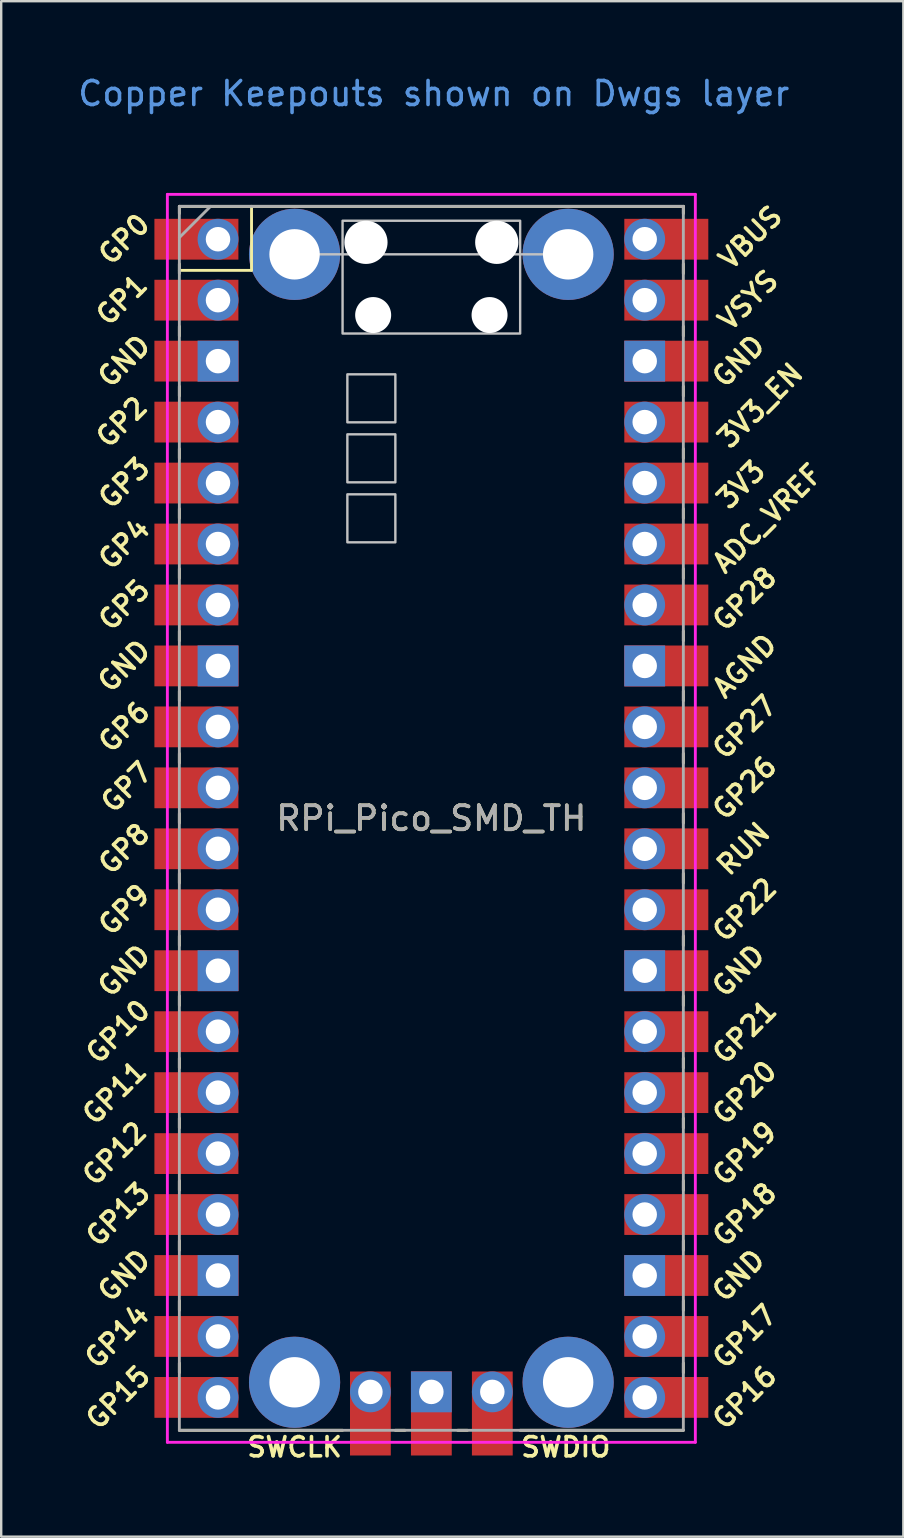
<source format=kicad_pcb>
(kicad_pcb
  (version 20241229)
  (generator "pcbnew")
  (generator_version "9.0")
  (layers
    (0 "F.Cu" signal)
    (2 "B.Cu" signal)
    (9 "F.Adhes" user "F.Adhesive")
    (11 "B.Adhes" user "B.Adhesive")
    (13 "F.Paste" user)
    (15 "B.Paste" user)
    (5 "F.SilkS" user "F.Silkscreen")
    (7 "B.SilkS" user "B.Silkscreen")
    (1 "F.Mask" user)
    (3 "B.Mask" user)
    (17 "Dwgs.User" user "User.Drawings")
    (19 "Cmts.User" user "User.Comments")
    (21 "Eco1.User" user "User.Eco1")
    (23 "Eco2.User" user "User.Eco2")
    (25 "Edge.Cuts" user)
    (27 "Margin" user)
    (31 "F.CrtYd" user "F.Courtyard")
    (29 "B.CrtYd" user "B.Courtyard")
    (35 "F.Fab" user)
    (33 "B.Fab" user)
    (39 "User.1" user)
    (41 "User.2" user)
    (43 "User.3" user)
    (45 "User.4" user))
  (footprint "RPi_Pico_SMD_TH"
    (layer "F.Cu")
    (at 14.924 31.048)
    (property "Reference" "RPi_Pico_SMD_TH" (at 0 0 0) (layer "F.SilkS") (effects (font (size 1 1) (thickness 0.15))))
    (attr through_hole)
    (fp_line (start -10.5 -25.5) (end -10.5 -25.2) (stroke (width 0.12) (type solid)) (layer "F.SilkS"))
    (fp_line (start -10.5 -25.5) (end 10.5 -25.5) (stroke (width 0.12) (type solid)) (layer "F.SilkS"))
    (fp_line (start -10.5 -23.1) (end -10.5 -22.7) (stroke (width 0.12) (type solid)) (layer "F.SilkS"))
    (fp_line (start -10.5 -22.833) (end -7.493 -22.833) (stroke (width 0.12) (type solid)) (layer "F.SilkS"))
    (fp_line (start -10.5 -20.5) (end -10.5 -20.1) (stroke (width 0.12) (type solid)) (layer "F.SilkS"))
    (fp_line (start -10.5 -18) (end -10.5 -17.6) (stroke (width 0.12) (type solid)) (layer "F.SilkS"))
    (fp_line (start -10.5 -15.4) (end -10.5 -15) (stroke (width 0.12) (type solid)) (layer "F.SilkS"))
    (fp_line (start -10.5 -12.9) (end -10.5 -12.5) (stroke (width 0.12) (type solid)) (layer "F.SilkS"))
    (fp_line (start -10.5 -10.4) (end -10.5 -10) (stroke (width 0.12) (type solid)) (layer "F.SilkS"))
    (fp_line (start -10.5 -7.8) (end -10.5 -7.4) (stroke (width 0.12) (type solid)) (layer "F.SilkS"))
    (fp_line (start -10.5 -5.3) (end -10.5 -4.9) (stroke (width 0.12) (type solid)) (layer "F.SilkS"))
    (fp_line (start -10.5 -2.7) (end -10.5 -2.3) (stroke (width 0.12) (type solid)) (layer "F.SilkS"))
    (fp_line (start -10.5 -0.2) (end -10.5 0.2) (stroke (width 0.12) (type solid)) (layer "F.SilkS"))
    (fp_line (start -10.5 2.3) (end -10.5 2.7) (stroke (width 0.12) (type solid)) (layer "F.SilkS"))
    (fp_line (start -10.5 4.9) (end -10.5 5.3) (stroke (width 0.12) (type solid)) (layer "F.SilkS"))
    (fp_line (start -10.5 7.4) (end -10.5 7.8) (stroke (width 0.12) (type solid)) (layer "F.SilkS"))
    (fp_line (start -10.5 10) (end -10.5 10.4) (stroke (width 0.12) (type solid)) (layer "F.SilkS"))
    (fp_line (start -10.5 12.5) (end -10.5 12.9) (stroke (width 0.12) (type solid)) (layer "F.SilkS"))
    (fp_line (start -10.5 15.1) (end -10.5 15.5) (stroke (width 0.12) (type solid)) (layer "F.SilkS"))
    (fp_line (start -10.5 17.6) (end -10.5 18) (stroke (width 0.12) (type solid)) (layer "F.SilkS"))
    (fp_line (start -10.5 20.1) (end -10.5 20.5) (stroke (width 0.12) (type solid)) (layer "F.SilkS"))
    (fp_line (start -10.5 22.7) (end -10.5 23.1) (stroke (width 0.12) (type solid)) (layer "F.SilkS"))
    (fp_line (start -7.493 -22.833) (end -7.493 -25.5) (stroke (width 0.12) (type solid)) (layer "F.SilkS"))
    (fp_line (start -3.7 25.5) (end -10.5 25.5) (stroke (width 0.12) (type solid)) (layer "F.SilkS"))
    (fp_line (start -1.5 25.5) (end -1.1 25.5) (stroke (width 0.12) (type solid)) (layer "F.SilkS"))
    (fp_line (start 1.1 25.5) (end 1.5 25.5) (stroke (width 0.12) (type solid)) (layer "F.SilkS"))
    (fp_line (start 10.5 -25.5) (end 10.5 -25.2) (stroke (width 0.12) (type solid)) (layer "F.SilkS"))
    (fp_line (start 10.5 -23.1) (end 10.5 -22.7) (stroke (width 0.12) (type solid)) (layer "F.SilkS"))
    (fp_line (start 10.5 -20.5) (end 10.5 -20.1) (stroke (width 0.12) (type solid)) (layer "F.SilkS"))
    (fp_line (start 10.5 -18) (end 10.5 -17.6) (stroke (width 0.12) (type solid)) (layer "F.SilkS"))
    (fp_line (start 10.5 -15.4) (end 10.5 -15) (stroke (width 0.12) (type solid)) (layer "F.SilkS"))
    (fp_line (start 10.5 -12.9) (end 10.5 -12.5) (stroke (width 0.12) (type solid)) (layer "F.SilkS"))
    (fp_line (start 10.5 -10.4) (end 10.5 -10) (stroke (width 0.12) (type solid)) (layer "F.SilkS"))
    (fp_line (start 10.5 -7.8) (end 10.5 -7.4) (stroke (width 0.12) (type solid)) (layer "F.SilkS"))
    (fp_line (start 10.5 -5.3) (end 10.5 -4.9) (stroke (width 0.12) (type solid)) (layer "F.SilkS"))
    (fp_line (start 10.5 -2.7) (end 10.5 -2.3) (stroke (width 0.12) (type solid)) (layer "F.SilkS"))
    (fp_line (start 10.5 -0.2) (end 10.5 0.2) (stroke (width 0.12) (type solid)) (layer "F.SilkS"))
    (fp_line (start 10.5 2.3) (end 10.5 2.7) (stroke (width 0.12) (type solid)) (layer "F.SilkS"))
    (fp_line (start 10.5 4.9) (end 10.5 5.3) (stroke (width 0.12) (type solid)) (layer "F.SilkS"))
    (fp_line (start 10.5 7.4) (end 10.5 7.8) (stroke (width 0.12) (type solid)) (layer "F.SilkS"))
    (fp_line (start 10.5 10) (end 10.5 10.4) (stroke (width 0.12) (type solid)) (layer "F.SilkS"))
    (fp_line (start 10.5 12.5) (end 10.5 12.9) (stroke (width 0.12) (type solid)) (layer "F.SilkS"))
    (fp_line (start 10.5 15.1) (end 10.5 15.5) (stroke (width 0.12) (type solid)) (layer "F.SilkS"))
    (fp_line (start 10.5 17.6) (end 10.5 18) (stroke (width 0.12) (type solid)) (layer "F.SilkS"))
    (fp_line (start 10.5 20.1) (end 10.5 20.5) (stroke (width 0.12) (type solid)) (layer "F.SilkS"))
    (fp_line (start 10.5 22.7) (end 10.5 23.1) (stroke (width 0.12) (type solid)) (layer "F.SilkS"))
    (fp_line (start 10.5 25.5) (end 3.7 25.5) (stroke (width 0.12) (type solid)) (layer "F.SilkS"))
    (fp_line (start 5.7 -23.5) (end -5.7 -23.5) (stroke (width 0.1) (type default)) (layer "Dwgs.User"))
    (fp_poly (pts (xy -1.5 -16.5) (xy -3.5 -16.5) (xy -3.5 -18.5) (xy -1.5 -18.5)) (stroke (width 0.1) (type solid)) (fill no) (layer "Dwgs.User"))
    (fp_poly (pts (xy -1.5 -14) (xy -3.5 -14) (xy -3.5 -16) (xy -1.5 -16)) (stroke (width 0.1) (type solid)) (fill no) (layer "Dwgs.User"))
    (fp_poly (pts (xy -1.5 -11.5) (xy -3.5 -11.5) (xy -3.5 -13.5) (xy -1.5 -13.5)) (stroke (width 0.1) (type solid)) (fill no) (layer "Dwgs.User"))
    (fp_poly (pts (xy 3.7 -20.2) (xy -3.7 -20.2) (xy -3.7 -24.9) (xy 3.7 -24.9)) (stroke (width 0.1) (type solid)) (fill no) (layer "Dwgs.User"))
    (fp_line (start -11 -26) (end 11 -26) (stroke (width 0.12) (type solid)) (layer "F.CrtYd"))
    (fp_line (start -11 26) (end -11 -26) (stroke (width 0.12) (type solid)) (layer "F.CrtYd"))
    (fp_line (start 11 -26) (end 11 26) (stroke (width 0.12) (type solid)) (layer "F.CrtYd"))
    (fp_line (start 11 26) (end -11 26) (stroke (width 0.12) (type solid)) (layer "F.CrtYd"))
    (fp_line (start -10.5 -25.5) (end 10.5 -25.5) (stroke (width 0.12) (type solid)) (layer "F.Fab"))
    (fp_line (start -10.5 -24.2) (end -9.2 -25.5) (stroke (width 0.12) (type solid)) (layer "F.Fab"))
    (fp_line (start -10.5 25.5) (end -10.5 -25.5) (stroke (width 0.12) (type solid)) (layer "F.Fab"))
    (fp_line (start 10.5 -25.5) (end 10.5 25.5) (stroke (width 0.12) (type solid)) (layer "F.Fab"))
    (fp_line (start 10.5 25.5) (end -10.5 25.5) (stroke (width 0.12) (type solid)) (layer "F.Fab"))
    (fp_text user "ADC_VREF" (at 14 -12.5 45) (layer "F.SilkS") (effects (font (size 0.8 0.8) (thickness 0.15))))
    (fp_text user "GP8" (at -12.8 1.27 45) (layer "F.SilkS") (effects (font (size 0.8 0.8) (thickness 0.15))))
    (fp_text user "VBUS" (at 13.3 -24.2 45) (layer "F.SilkS") (effects (font (size 0.8 0.8) (thickness 0.15))))
    (fp_text user "GP4" (at -12.8 -11.43 45) (layer "F.SilkS") (effects (font (size 0.8 0.8) (thickness 0.15))))
    (fp_text user "GP1" (at -12.9 -21.6 45) (layer "F.SilkS") (effects (font (size 0.8 0.8) (thickness 0.15))))
    (fp_text user "GND" (at -12.8 19.05 45) (layer "F.SilkS") (effects (font (size 0.8 0.8) (thickness 0.15))))
    (fp_text user "GP27" (at 13.054 -3.8 45) (layer "F.SilkS") (effects (font (size 0.8 0.8) (thickness 0.15))))
    (fp_text user "VSYS" (at 13.2 -21.59 45) (layer "F.SilkS") (effects (font (size 0.8 0.8) (thickness 0.15))))
    (fp_text user "GND" (at -12.8 6.35 45) (layer "F.SilkS") (effects (font (size 0.8 0.8) (thickness 0.15))))
    (fp_text user "GP15" (at -13.054 24.13 45) (layer "F.SilkS") (effects (font (size 0.8 0.8) (thickness 0.15))))
    (fp_text user "SWDIO" (at 5.6 26.2 0) (layer "F.SilkS") (effects (font (size 0.8 0.8) (thickness 0.15))))
    (fp_text user "GP6" (at -12.8 -3.81 45) (layer "F.SilkS") (effects (font (size 0.8 0.8) (thickness 0.15))))
    (fp_text user "GP13" (at -13.054 16.51 45) (layer "F.SilkS") (effects (font (size 0.8 0.8) (thickness 0.15))))
    (fp_text user "GP2" (at -12.9 -16.51 45) (layer "F.SilkS") (effects (font (size 0.8 0.8) (thickness 0.15))))
    (fp_text user "GP22" (at 13.054 3.81 45) (layer "F.SilkS") (effects (font (size 0.8 0.8) (thickness 0.15))))
    (fp_text user "GP14" (at -13.1 21.59 45) (layer "F.SilkS") (effects (font (size 0.8 0.8) (thickness 0.15))))
    (fp_text user "SWCLK" (at -5.7 26.2 0) (layer "F.SilkS") (effects (font (size 0.8 0.8) (thickness 0.15))))
    (fp_text user "RUN" (at 13 1.27 45) (layer "F.SilkS") (effects (font (size 0.8 0.8) (thickness 0.15))))
    (fp_text user "GP19" (at 13.054 13.97 45) (layer "F.SilkS") (effects (font (size 0.8 0.8) (thickness 0.15))))
    (fp_text user "GP16" (at 13.054 24.13 45) (layer "F.SilkS") (effects (font (size 0.8 0.8) (thickness 0.15))))
    (fp_text user "3V3" (at 12.9 -13.9 45) (layer "F.SilkS") (effects (font (size 0.8 0.8) (thickness 0.15))))
    (fp_text user "GP11" (at -13.2 11.43 45) (layer "F.SilkS") (effects (font (size 0.8 0.8) (thickness 0.15))))
    (fp_text user "GP28" (at 13.054 -9.144 45) (layer "F.SilkS") (effects (font (size 0.8 0.8) (thickness 0.15))))
    (fp_text user "3V3_EN" (at 13.7 -17.2 45) (layer "F.SilkS") (effects (font (size 0.8 0.8) (thickness 0.15))))
    (fp_text user "GP5" (at -12.8 -8.89 45) (layer "F.SilkS") (effects (font (size 0.8 0.8) (thickness 0.15))))
    (fp_text user "GP9" (at -12.8 3.81 45) (layer "F.SilkS") (effects (font (size 0.8 0.8) (thickness 0.15))))
    (fp_text user "GND" (at 12.8 -19.05 45) (layer "F.SilkS") (effects (font (size 0.8 0.8) (thickness 0.15))))
    (fp_text user "GND" (at 12.8 6.35 45) (layer "F.SilkS") (effects (font (size 0.8 0.8) (thickness 0.15))))
    (fp_text user "GP10" (at -13.054 8.89 45) (layer "F.SilkS") (effects (font (size 0.8 0.8) (thickness 0.15))))
    (fp_text user "GP20" (at 13.054 11.43 45) (layer "F.SilkS") (effects (font (size 0.8 0.8) (thickness 0.15))))
    (fp_text user "GP18" (at 13.054 16.51 45) (layer "F.SilkS") (effects (font (size 0.8 0.8) (thickness 0.15))))
    (fp_text user "GP0" (at -12.8 -24.13 45) (layer "F.SilkS") (effects (font (size 0.8 0.8) (thickness 0.15))))
    (fp_text user "GND" (at 12.8 19.05 45) (layer "F.SilkS") (effects (font (size 0.8 0.8) (thickness 0.15))))
    (fp_text user "GP7" (at -12.7 -1.3 45) (layer "F.SilkS") (effects (font (size 0.8 0.8) (thickness 0.15))))
    (fp_text user "GP17" (at 13.054 21.59 45) (layer "F.SilkS") (effects (font (size 0.8 0.8) (thickness 0.15))))
    (fp_text user "GND" (at -12.8 -19.05 45) (layer "F.SilkS") (effects (font (size 0.8 0.8) (thickness 0.15))))
    (fp_text user "GP3" (at -12.8 -13.97 45) (layer "F.SilkS") (effects (font (size 0.8 0.8) (thickness 0.15))))
    (fp_text user "GP26" (at 13.054 -1.27 45) (layer "F.SilkS") (effects (font (size 0.8 0.8) (thickness 0.15))))
    (fp_text user "AGND" (at 13.054 -6.35 45) (layer "F.SilkS") (effects (font (size 0.8 0.8) (thickness 0.15))))
    (fp_text user "GP21" (at 13.054 8.9 45) (layer "F.SilkS") (effects (font (size 0.8 0.8) (thickness 0.15))))
    (fp_text user "GP12" (at -13.2 13.97 45) (layer "F.SilkS") (effects (font (size 0.8 0.8) (thickness 0.15))))
    (fp_text user "GND" (at -12.8 -6.35 45) (layer "F.SilkS") (effects (font (size 0.8 0.8) (thickness 0.15))))
    (fp_text user "Copper Keepouts shown on Dwgs layer" (at 0.1 -30.2 0) (layer "Cmts.User") (effects (font (size 1 1) (thickness 0.15))))
    (fp_text user "${REFERENCE}" (at 0 0 180) (layer "F.Fab") (effects (font (size 1 1) (thickness 0.15))))
    (pad "" np_thru_hole circle (at -5.7 -23.5) (size 3.8 3.8) (drill 2.1) (layers "*.Cu" "*.Mask"))
    (pad "" np_thru_hole circle (at -5.7 23.5) (size 3.8 3.8) (drill 2.1) (layers "*.Cu" "*.Mask"))
    (pad "" np_thru_hole oval (at -2.725 -24) (size 1.8 1.8) (drill 1.8) (layers "*.Cu" "*.Mask"))
    (pad "" np_thru_hole oval (at -2.425 -20.97) (size 1.5 1.5) (drill 1.5) (layers "*.Cu" "*.Mask"))
    (pad "" np_thru_hole oval (at 2.425 -20.97) (size 1.5 1.5) (drill 1.5) (layers "*.Cu" "*.Mask"))
    (pad "" np_thru_hole oval (at 2.725 -24) (size 1.8 1.8) (drill 1.8) (layers "*.Cu" "*.Mask"))
    (pad "" np_thru_hole circle (at 5.7 -23.5) (size 3.8 3.8) (drill 2.1) (layers "*.Cu" "*.Mask"))
    (pad "" np_thru_hole circle (at 5.7 23.5) (size 3.8 3.8) (drill 2.1) (layers "*.Cu" "*.Mask"))
    (pad "1" thru_hole oval (at -8.89 -24.13) (size 1.7 1.7) (drill 1.02) (layers "*.Cu" "*.Mask"))
    (pad "1" smd rect (at -8.89 -24.13) (size 3.5 1.7) (drill (offset -0.9 0)) (layers "F.Cu" "F.Mask"))
    (pad "2" thru_hole oval (at -8.89 -21.59) (size 1.7 1.7) (drill 1.02) (layers "*.Cu" "*.Mask"))
    (pad "2" smd rect (at -8.89 -21.59) (size 3.5 1.7) (drill (offset -0.9 0)) (layers "F.Cu" "F.Mask"))
    (pad "3" thru_hole rect (at -8.89 -19.05) (size 1.7 1.7) (drill 1.02) (layers "*.Cu" "*.Mask"))
    (pad "3" smd rect (at -8.89 -19.05) (size 3.5 1.7) (drill (offset -0.9 0)) (layers "F.Cu" "F.Mask"))
    (pad "4" thru_hole oval (at -8.89 -16.51) (size 1.7 1.7) (drill 1.02) (layers "*.Cu" "*.Mask"))
    (pad "4" smd rect (at -8.89 -16.51) (size 3.5 1.7) (drill (offset -0.9 0)) (layers "F.Cu" "F.Mask"))
    (pad "5" thru_hole oval (at -8.89 -13.97) (size 1.7 1.7) (drill 1.02) (layers "*.Cu" "*.Mask"))
    (pad "5" smd rect (at -8.89 -13.97) (size 3.5 1.7) (drill (offset -0.9 0)) (layers "F.Cu" "F.Mask"))
    (pad "6" thru_hole oval (at -8.89 -11.43) (size 1.7 1.7) (drill 1.02) (layers "*.Cu" "*.Mask"))
    (pad "6" smd rect (at -8.89 -11.43) (size 3.5 1.7) (drill (offset -0.9 0)) (layers "F.Cu" "F.Mask"))
    (pad "7" thru_hole oval (at -8.89 -8.89) (size 1.7 1.7) (drill 1.02) (layers "*.Cu" "*.Mask"))
    (pad "7" smd rect (at -8.89 -8.89) (size 3.5 1.7) (drill (offset -0.9 0)) (layers "F.Cu" "F.Mask"))
    (pad "8" thru_hole rect (at -8.89 -6.35) (size 1.7 1.7) (drill 1.02) (layers "*.Cu" "*.Mask"))
    (pad "8" smd rect (at -8.89 -6.35) (size 3.5 1.7) (drill (offset -0.9 0)) (layers "F.Cu" "F.Mask"))
    (pad "9" thru_hole oval (at -8.89 -3.81) (size 1.7 1.7) (drill 1.02) (layers "*.Cu" "*.Mask"))
    (pad "9" smd rect (at -8.89 -3.81) (size 3.5 1.7) (drill (offset -0.9 0)) (layers "F.Cu" "F.Mask"))
    (pad "10" thru_hole oval (at -8.89 -1.27) (size 1.7 1.7) (drill 1.02) (layers "*.Cu" "*.Mask"))
    (pad "10" smd rect (at -8.89 -1.27) (size 3.5 1.7) (drill (offset -0.9 0)) (layers "F.Cu" "F.Mask"))
    (pad "11" thru_hole oval (at -8.89 1.27) (size 1.7 1.7) (drill 1.02) (layers "*.Cu" "*.Mask"))
    (pad "11" smd rect (at -8.89 1.27) (size 3.5 1.7) (drill (offset -0.9 0)) (layers "F.Cu" "F.Mask"))
    (pad "12" thru_hole oval (at -8.89 3.81) (size 1.7 1.7) (drill 1.02) (layers "*.Cu" "*.Mask"))
    (pad "12" smd rect (at -8.89 3.81) (size 3.5 1.7) (drill (offset -0.9 0)) (layers "F.Cu" "F.Mask"))
    (pad "13" thru_hole rect (at -8.89 6.35) (size 1.7 1.7) (drill 1.02) (layers "*.Cu" "*.Mask"))
    (pad "13" smd rect (at -8.89 6.35) (size 3.5 1.7) (drill (offset -0.9 0)) (layers "F.Cu" "F.Mask"))
    (pad "14" thru_hole oval (at -8.89 8.89) (size 1.7 1.7) (drill 1.02) (layers "*.Cu" "*.Mask"))
    (pad "14" smd rect (at -8.89 8.89) (size 3.5 1.7) (drill (offset -0.9 0)) (layers "F.Cu" "F.Mask"))
    (pad "15" thru_hole oval (at -8.89 11.43) (size 1.7 1.7) (drill 1.02) (layers "*.Cu" "*.Mask"))
    (pad "15" smd rect (at -8.89 11.43) (size 3.5 1.7) (drill (offset -0.9 0)) (layers "F.Cu" "F.Mask"))
    (pad "16" thru_hole oval (at -8.89 13.97) (size 1.7 1.7) (drill 1.02) (layers "*.Cu" "*.Mask"))
    (pad "16" smd rect (at -8.89 13.97) (size 3.5 1.7) (drill (offset -0.9 0)) (layers "F.Cu" "F.Mask"))
    (pad "17" thru_hole oval (at -8.89 16.51) (size 1.7 1.7) (drill 1.02) (layers "*.Cu" "*.Mask"))
    (pad "17" smd rect (at -8.89 16.51) (size 3.5 1.7) (drill (offset -0.9 0)) (layers "F.Cu" "F.Mask"))
    (pad "18" thru_hole rect (at -8.89 19.05) (size 1.7 1.7) (drill 1.02) (layers "*.Cu" "*.Mask"))
    (pad "18" smd rect (at -8.89 19.05) (size 3.5 1.7) (drill (offset -0.9 0)) (layers "F.Cu" "F.Mask"))
    (pad "19" thru_hole oval (at -8.89 21.59) (size 1.7 1.7) (drill 1.02) (layers "*.Cu" "*.Mask"))
    (pad "19" smd rect (at -8.89 21.59) (size 3.5 1.7) (drill (offset -0.9 0)) (layers "F.Cu" "F.Mask"))
    (pad "20" thru_hole oval (at -8.89 24.13) (size 1.7 1.7) (drill 1.02) (layers "*.Cu" "*.Mask"))
    (pad "20" smd rect (at -8.89 24.13) (size 3.5 1.7) (drill (offset -0.9 0)) (layers "F.Cu" "F.Mask"))
    (pad "21" thru_hole oval (at 8.89 24.13) (size 1.7 1.7) (drill 1.02) (layers "*.Cu" "*.Mask"))
    (pad "21" smd rect (at 8.89 24.13) (size 3.5 1.7) (drill (offset 0.9 0)) (layers "F.Cu" "F.Mask"))
    (pad "22" thru_hole oval (at 8.89 21.59) (size 1.7 1.7) (drill 1.02) (layers "*.Cu" "*.Mask"))
    (pad "22" smd rect (at 8.89 21.59) (size 3.5 1.7) (drill (offset 0.9 0)) (layers "F.Cu" "F.Mask"))
    (pad "23" thru_hole rect (at 8.89 19.05) (size 1.7 1.7) (drill 1.02) (layers "*.Cu" "*.Mask"))
    (pad "23" smd rect (at 8.89 19.05) (size 3.5 1.7) (drill (offset 0.9 0)) (layers "F.Cu" "F.Mask"))
    (pad "24" thru_hole oval (at 8.89 16.51) (size 1.7 1.7) (drill 1.02) (layers "*.Cu" "*.Mask"))
    (pad "24" smd rect (at 8.89 16.51) (size 3.5 1.7) (drill (offset 0.9 0)) (layers "F.Cu" "F.Mask"))
    (pad "25" thru_hole oval (at 8.89 13.97) (size 1.7 1.7) (drill 1.02) (layers "*.Cu" "*.Mask"))
    (pad "25" smd rect (at 8.89 13.97) (size 3.5 1.7) (drill (offset 0.9 0)) (layers "F.Cu" "F.Mask"))
    (pad "26" thru_hole oval (at 8.89 11.43) (size 1.7 1.7) (drill 1.02) (layers "*.Cu" "*.Mask"))
    (pad "26" smd rect (at 8.89 11.43) (size 3.5 1.7) (drill (offset 0.9 0)) (layers "F.Cu" "F.Mask"))
    (pad "27" thru_hole oval (at 8.89 8.89) (size 1.7 1.7) (drill 1.02) (layers "*.Cu" "*.Mask"))
    (pad "27" smd rect (at 8.89 8.89) (size 3.5 1.7) (drill (offset 0.9 0)) (layers "F.Cu" "F.Mask"))
    (pad "28" thru_hole rect (at 8.89 6.35) (size 1.7 1.7) (drill 1.02) (layers "*.Cu" "*.Mask"))
    (pad "28" smd rect (at 8.89 6.35) (size 3.5 1.7) (drill (offset 0.9 0)) (layers "F.Cu" "F.Mask"))
    (pad "29" thru_hole oval (at 8.89 3.81) (size 1.7 1.7) (drill 1.02) (layers "*.Cu" "*.Mask"))
    (pad "29" smd rect (at 8.89 3.81) (size 3.5 1.7) (drill (offset 0.9 0)) (layers "F.Cu" "F.Mask"))
    (pad "30" thru_hole oval (at 8.89 1.27) (size 1.7 1.7) (drill 1.02) (layers "*.Cu" "*.Mask"))
    (pad "30" smd rect (at 8.89 1.27) (size 3.5 1.7) (drill (offset 0.9 0)) (layers "F.Cu" "F.Mask"))
    (pad "31" thru_hole oval (at 8.89 -1.27) (size 1.7 1.7) (drill 1.02) (layers "*.Cu" "*.Mask"))
    (pad "31" smd rect (at 8.89 -1.27) (size 3.5 1.7) (drill (offset 0.9 0)) (layers "F.Cu" "F.Mask"))
    (pad "32" thru_hole oval (at 8.89 -3.81) (size 1.7 1.7) (drill 1.02) (layers "*.Cu" "*.Mask"))
    (pad "32" smd rect (at 8.89 -3.81) (size 3.5 1.7) (drill (offset 0.9 0)) (layers "F.Cu" "F.Mask"))
    (pad "33" thru_hole rect (at 8.89 -6.35) (size 1.7 1.7) (drill 1.02) (layers "*.Cu" "*.Mask"))
    (pad "33" smd rect (at 8.89 -6.35) (size 3.5 1.7) (drill (offset 0.9 0)) (layers "F.Cu" "F.Mask"))
    (pad "34" thru_hole oval (at 8.89 -8.89) (size 1.7 1.7) (drill 1.02) (layers "*.Cu" "*.Mask"))
    (pad "34" smd rect (at 8.89 -8.89) (size 3.5 1.7) (drill (offset 0.9 0)) (layers "F.Cu" "F.Mask"))
    (pad "35" thru_hole oval (at 8.89 -11.43) (size 1.7 1.7) (drill 1.02) (layers "*.Cu" "*.Mask"))
    (pad "35" smd rect (at 8.89 -11.43) (size 3.5 1.7) (drill (offset 0.9 0)) (layers "F.Cu" "F.Mask"))
    (pad "36" thru_hole oval (at 8.89 -13.97) (size 1.7 1.7) (drill 1.02) (layers "*.Cu" "*.Mask"))
    (pad "36" smd rect (at 8.89 -13.97) (size 3.5 1.7) (drill (offset 0.9 0)) (layers "F.Cu" "F.Mask"))
    (pad "37" thru_hole oval (at 8.89 -16.51) (size 1.7 1.7) (drill 1.02) (layers "*.Cu" "*.Mask"))
    (pad "37" smd rect (at 8.89 -16.51) (size 3.5 1.7) (drill (offset 0.9 0)) (layers "F.Cu" "F.Mask"))
    (pad "38" thru_hole rect (at 8.89 -19.05) (size 1.7 1.7) (drill 1.02) (layers "*.Cu" "*.Mask"))
    (pad "38" smd rect (at 8.89 -19.05) (size 3.5 1.7) (drill (offset 0.9 0)) (layers "F.Cu" "F.Mask"))
    (pad "39" thru_hole oval (at 8.89 -21.59) (size 1.7 1.7) (drill 1.02) (layers "*.Cu" "*.Mask"))
    (pad "39" smd rect (at 8.89 -21.59) (size 3.5 1.7) (drill (offset 0.9 0)) (layers "F.Cu" "F.Mask"))
    (pad "40" thru_hole oval (at 8.89 -24.13) (size 1.7 1.7) (drill 1.02) (layers "*.Cu" "*.Mask"))
    (pad "40" smd rect (at 8.89 -24.13) (size 3.5 1.7) (drill (offset 0.9 0)) (layers "F.Cu" "F.Mask"))
    (pad "41" thru_hole oval (at -2.54 23.9) (size 1.7 1.7) (drill 1.02) (layers "*.Cu" "*.Mask"))
    (pad "41" smd rect (at -2.54 23.9 90) (size 3.5 1.7) (drill (offset -0.9 0)) (layers "F.Cu" "F.Mask"))
    (pad "42" thru_hole rect (at 0 23.9) (size 1.7 1.7) (drill 1.02) (layers "*.Cu" "*.Mask"))
    (pad "42" smd rect (at 0 23.9 90) (size 3.5 1.7) (drill (offset -0.9 0)) (layers "F.Cu" "F.Mask"))
    (pad "43" thru_hole oval (at 2.54 23.9) (size 1.7 1.7) (drill 1.02) (layers "*.Cu" "*.Mask"))
    (pad "43" smd rect (at 2.54 23.9 90) (size 3.5 1.7) (drill (offset -0.9 0)) (layers "F.Cu" "F.Mask")))
  (gr_rect
    (start -3 -3)
    (end 34.591 60.98)
    (stroke (width 0.1) (type default))
    (fill no)
    (layer "Edge.Cuts")))
</source>
